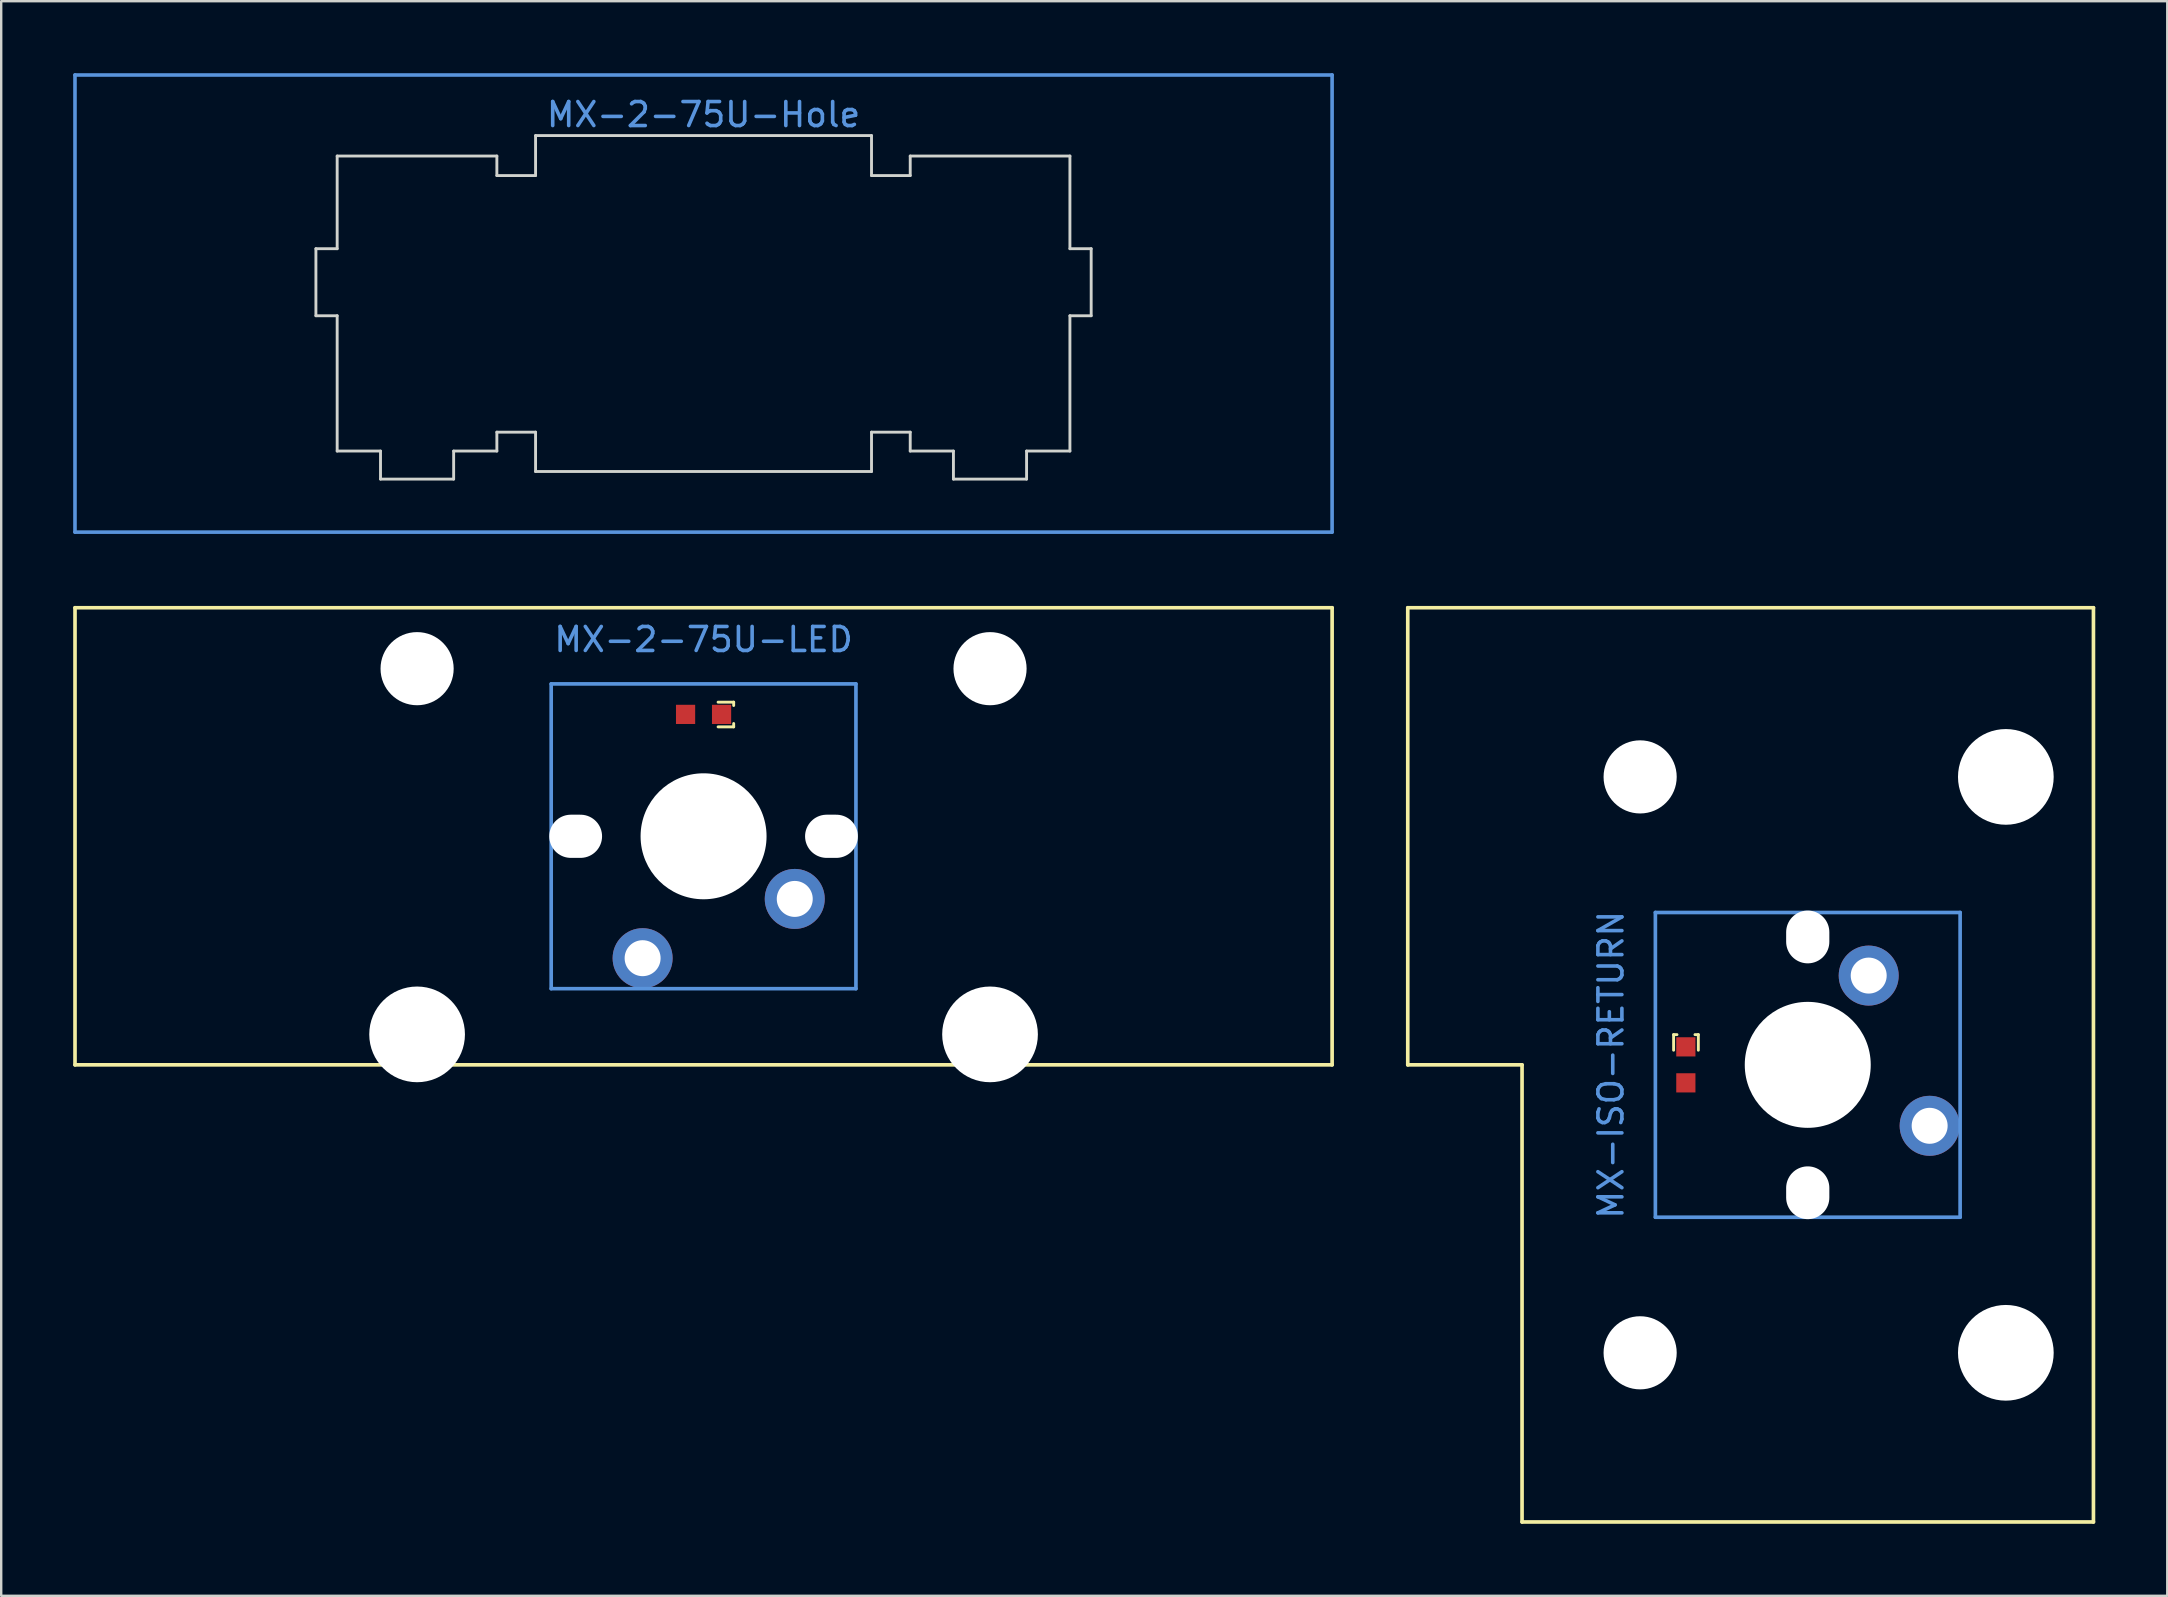
<source format=kicad_pcb>
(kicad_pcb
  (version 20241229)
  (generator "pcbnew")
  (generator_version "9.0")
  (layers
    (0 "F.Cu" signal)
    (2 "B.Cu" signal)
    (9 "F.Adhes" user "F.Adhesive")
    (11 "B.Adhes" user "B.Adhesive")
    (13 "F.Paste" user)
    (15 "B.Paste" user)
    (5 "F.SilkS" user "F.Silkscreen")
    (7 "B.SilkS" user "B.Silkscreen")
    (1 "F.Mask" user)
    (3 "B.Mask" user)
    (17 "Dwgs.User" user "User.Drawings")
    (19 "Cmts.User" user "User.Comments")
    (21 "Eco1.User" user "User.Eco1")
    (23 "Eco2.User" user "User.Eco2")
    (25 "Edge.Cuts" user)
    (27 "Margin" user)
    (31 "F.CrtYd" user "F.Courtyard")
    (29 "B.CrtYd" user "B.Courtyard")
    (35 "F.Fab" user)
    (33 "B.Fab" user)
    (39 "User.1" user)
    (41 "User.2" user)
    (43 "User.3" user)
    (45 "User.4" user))
  (footprint "MX-2-75U-Hole"
    (layer "F.Cu")
    (at 26.269 9.6)
    (property "Reference" "MX-2-75U-Hole" (at 0 -7.874 0) (layer "Cmts.User") (effects (font (size 1 1) (thickness 0.15))))
    (attr through_hole)
    (fp_line (start -26.194 -9.525) (end -26.194 9.525) (stroke (width 0.15) (type solid)) (layer "Cmts.User"))
    (fp_line (start -26.194 -9.525) (end 26.194 -9.525) (stroke (width 0.15) (type solid)) (layer "Cmts.User"))
    (fp_line (start 26.194 -9.525) (end 26.194 9.525) (stroke (width 0.15) (type solid)) (layer "Cmts.User"))
    (fp_line (start 26.194 9.525) (end -26.194 9.525) (stroke (width 0.15) (type solid)) (layer "Cmts.User"))
    (fp_line (start -16.154 -2.286) (end -16.154 0.508) (stroke (width 0.12) (type solid)) (layer "Edge.Cuts"))
    (fp_line (start -15.268 -6.147) (end -15.268 -2.286) (stroke (width 0.12) (type solid)) (layer "Edge.Cuts"))
    (fp_line (start -15.268 -2.286) (end -16.154 -2.286) (stroke (width 0.12) (type solid)) (layer "Edge.Cuts"))
    (fp_line (start -15.268 0.508) (end -16.154 0.508) (stroke (width 0.12) (type solid)) (layer "Edge.Cuts"))
    (fp_line (start -15.268 0.508) (end -15.268 6.147) (stroke (width 0.12) (type solid)) (layer "Edge.Cuts"))
    (fp_line (start -13.462 6.147) (end -15.268 6.147) (stroke (width 0.12) (type solid)) (layer "Edge.Cuts"))
    (fp_line (start -13.462 6.147) (end -13.462 7.315) (stroke (width 0.12) (type solid)) (layer "Edge.Cuts"))
    (fp_line (start -10.414 6.147) (end -10.414 7.315) (stroke (width 0.12) (type solid)) (layer "Edge.Cuts"))
    (fp_line (start -10.414 7.315) (end -13.462 7.315) (stroke (width 0.12) (type solid)) (layer "Edge.Cuts"))
    (fp_line (start -8.613 -6.147) (end -15.268 -6.147) (stroke (width 0.12) (type solid)) (layer "Edge.Cuts"))
    (fp_line (start -8.613 -6.147) (end -8.613 -5.334) (stroke (width 0.12) (type default)) (layer "Edge.Cuts"))
    (fp_line (start -8.613 -5.334) (end -7 -5.334) (stroke (width 0.12) (type default)) (layer "Edge.Cuts"))
    (fp_line (start -8.613 5.359) (end -7 5.359) (stroke (width 0.12) (type default)) (layer "Edge.Cuts"))
    (fp_line (start -8.613 6.147) (end -10.414 6.147) (stroke (width 0.12) (type solid)) (layer "Edge.Cuts"))
    (fp_line (start -8.613 6.147) (end -8.613 5.359) (stroke (width 0.12) (type default)) (layer "Edge.Cuts"))
    (fp_line (start -7 -7) (end -7 -5.334) (stroke (width 0.12) (type solid)) (layer "Edge.Cuts"))
    (fp_line (start -7 -7) (end 7 -7) (stroke (width 0.12) (type solid)) (layer "Edge.Cuts"))
    (fp_line (start -7 7) (end -7 5.359) (stroke (width 0.12) (type solid)) (layer "Edge.Cuts"))
    (fp_line (start -7 7) (end 7 7) (stroke (width 0.12) (type solid)) (layer "Edge.Cuts"))
    (fp_line (start 7 -7) (end 7 -5.334) (stroke (width 0.12) (type solid)) (layer "Edge.Cuts"))
    (fp_line (start 7 7) (end 7 5.359) (stroke (width 0.12) (type solid)) (layer "Edge.Cuts"))
    (fp_line (start 8.613 -6.147) (end 8.613 -5.334) (stroke (width 0.12) (type default)) (layer "Edge.Cuts"))
    (fp_line (start 8.613 -6.147) (end 15.268 -6.147) (stroke (width 0.12) (type solid)) (layer "Edge.Cuts"))
    (fp_line (start 8.613 -5.334) (end 7 -5.334) (stroke (width 0.12) (type default)) (layer "Edge.Cuts"))
    (fp_line (start 8.613 5.359) (end 7 5.359) (stroke (width 0.12) (type default)) (layer "Edge.Cuts"))
    (fp_line (start 8.613 6.147) (end 8.613 5.359) (stroke (width 0.12) (type default)) (layer "Edge.Cuts"))
    (fp_line (start 8.613 6.147) (end 10.414 6.147) (stroke (width 0.12) (type solid)) (layer "Edge.Cuts"))
    (fp_line (start 10.414 6.147) (end 10.414 7.315) (stroke (width 0.12) (type solid)) (layer "Edge.Cuts"))
    (fp_line (start 10.414 7.315) (end 13.462 7.315) (stroke (width 0.12) (type solid)) (layer "Edge.Cuts"))
    (fp_line (start 13.462 6.147) (end 13.462 7.315) (stroke (width 0.12) (type solid)) (layer "Edge.Cuts"))
    (fp_line (start 13.462 6.147) (end 15.268 6.147) (stroke (width 0.12) (type solid)) (layer "Edge.Cuts"))
    (fp_line (start 15.268 -6.147) (end 15.268 -2.286) (stroke (width 0.12) (type solid)) (layer "Edge.Cuts"))
    (fp_line (start 15.268 -2.286) (end 16.154 -2.286) (stroke (width 0.12) (type solid)) (layer "Edge.Cuts"))
    (fp_line (start 15.268 0.508) (end 15.268 6.147) (stroke (width 0.12) (type solid)) (layer "Edge.Cuts"))
    (fp_line (start 15.268 0.508) (end 16.154 0.508) (stroke (width 0.12) (type solid)) (layer "Edge.Cuts"))
    (fp_line (start 16.154 -2.286) (end 16.154 0.508) (stroke (width 0.12) (type solid)) (layer "Edge.Cuts")))
  (footprint "MX-2-75U-LED"
    (layer "F.Cu")
    (at 26.27 26.721)
    (property "Reference" "MX-2-75U-LED" (at 0 -3.12 0) (layer "Cmts.User") (effects (font (size 1 1) (thickness 0.15))))
    (fp_line (start -26.194 -4.445) (end 26.194 -4.445) (stroke (width 0.152) (type solid)) (layer "F.SilkS"))
    (fp_line (start -26.194 14.605) (end -26.194 -4.445) (stroke (width 0.152) (type solid)) (layer "F.SilkS"))
    (fp_line (start 0.605 -0.51) (end 1.255 -0.51) (stroke (width 0.12) (type solid)) (layer "F.SilkS"))
    (fp_line (start 0.605 0.52) (end 1.255 0.52) (stroke (width 0.12) (type solid)) (layer "F.SilkS"))
    (fp_line (start 1.255 -0.51) (end 1.255 -0.37) (stroke (width 0.12) (type solid)) (layer "F.SilkS"))
    (fp_line (start 1.255 0.52) (end 1.255 0.38) (stroke (width 0.12) (type solid)) (layer "F.SilkS"))
    (fp_line (start 26.194 -4.445) (end 26.194 14.605) (stroke (width 0.152) (type solid)) (layer "F.SilkS"))
    (fp_line (start 26.194 14.605) (end -26.194 14.605) (stroke (width 0.152) (type solid)) (layer "F.SilkS"))
    (fp_line (start -6.35 -1.27) (end 6.35 -1.27) (stroke (width 0.152) (type solid)) (layer "Cmts.User"))
    (fp_line (start -6.35 11.43) (end -6.35 -1.27) (stroke (width 0.152) (type solid)) (layer "Cmts.User"))
    (fp_line (start 6.35 -1.27) (end 6.35 11.43) (stroke (width 0.152) (type solid)) (layer "Cmts.User"))
    (fp_line (start 6.35 11.43) (end -6.35 11.43) (stroke (width 0.152) (type solid)) (layer "Cmts.User"))
    (pad "" np_thru_hole circle (at -11.938 -1.905 180) (size 3.048 3.048) (drill 3.048) (layers "*.Cu" "*.Mask"))
    (pad "" np_thru_hole circle (at -11.938 13.335 180) (size 3.988 3.988) (drill 3.988) (layers "*.Cu" "*.Mask"))
    (pad "" np_thru_hole oval (at -5.33 5.08 270) (size 1.8 2.2) (drill oval 1.8 2.2) (layers "*.Cu" "*.Mask"))
    (pad "" np_thru_hole circle (at 0 5.08 180) (size 5.25 5.25) (drill 5.25) (layers "*.Cu" "*.Mask"))
    (pad "" np_thru_hole oval (at 5.33 5.08 270) (size 1.8 2.2) (drill oval 1.8 2.2) (layers "*.Cu" "*.Mask"))
    (pad "" np_thru_hole circle (at 11.938 -1.905 180) (size 3.048 3.048) (drill 3.048) (layers "*.Cu" "*.Mask"))
    (pad "" np_thru_hole circle (at 11.938 13.335 180) (size 3.988 3.988) (drill 3.988) (layers "*.Cu" "*.Mask"))
    (pad "1" thru_hole circle (at -2.54 10.16 90) (size 2.5 2.5) (drill 1.499) (layers "*.Cu" "*.Mask"))
    (pad "2" thru_hole circle (at 3.8 7.69 225) (size 2.5 2.5) (drill 1.499) (layers "*.Cu" "*.Mask"))
    (pad "3" smd rect (at 0.75 0 90) (size 0.8 0.8) (layers "F.Cu" "F.Mask" "F.Paste"))
    (pad "4" smd rect (at -0.75 0 90) (size 0.8 0.8) (layers "F.Cu" "F.Mask" "F.Paste")))
  (footprint "MX-ISO-RETURN"
    (layer "F.Cu")
    (at 67.205 41.326)
    (property "Reference" "MX-ISO-RETURN" (at -3.12 0 90) (layer "Cmts.User") (effects (font (size 1 1) (thickness 0.15))))
    (attr through_hole)
    (fp_line (start -11.589 -19.05) (end 16.986 -19.05) (stroke (width 0.152) (type solid)) (layer "F.SilkS"))
    (fp_line (start -11.589 0) (end -11.589 -19.05) (stroke (width 0.152) (type solid)) (layer "F.SilkS"))
    (fp_line (start -11.589 0) (end -6.826 0) (stroke (width 0.152) (type solid)) (layer "F.SilkS"))
    (fp_line (start -6.826 19.05) (end -6.826 0) (stroke (width 0.152) (type solid)) (layer "F.SilkS"))
    (fp_line (start -0.51 -1.26) (end -0.37 -1.26) (stroke (width 0.12) (type solid)) (layer "F.SilkS"))
    (fp_line (start -0.51 -0.61) (end -0.51 -1.26) (stroke (width 0.12) (type solid)) (layer "F.SilkS"))
    (fp_line (start 0.52 -1.26) (end 0.38 -1.26) (stroke (width 0.12) (type solid)) (layer "F.SilkS"))
    (fp_line (start 0.52 -0.61) (end 0.52 -1.26) (stroke (width 0.12) (type solid)) (layer "F.SilkS"))
    (fp_line (start 16.986 -19.05) (end 16.986 19.05) (stroke (width 0.152) (type solid)) (layer "F.SilkS"))
    (fp_line (start 16.986 19.05) (end -6.826 19.05) (stroke (width 0.152) (type solid)) (layer "F.SilkS"))
    (fp_line (start -1.27 -6.35) (end 11.43 -6.35) (stroke (width 0.152) (type solid)) (layer "Cmts.User"))
    (fp_line (start -1.27 6.35) (end -1.27 -6.35) (stroke (width 0.152) (type solid)) (layer "Cmts.User"))
    (fp_line (start 11.43 -6.35) (end 11.43 6.35) (stroke (width 0.152) (type solid)) (layer "Cmts.User"))
    (fp_line (start 11.43 6.35) (end -1.27 6.35) (stroke (width 0.152) (type solid)) (layer "Cmts.User"))
    (pad "" np_thru_hole circle (at -1.905 -12 270) (size 3.048 3.048) (drill 3.048) (layers "*.Cu" "*.Mask"))
    (pad "" np_thru_hole circle (at -1.905 12 270) (size 3.048 3.048) (drill 3.048) (layers "*.Cu" "*.Mask"))
    (pad "" np_thru_hole oval (at 5.08 -5.33) (size 1.8 2.2) (drill oval 1.8 2.2) (layers "*.Cu" "*.Mask"))
    (pad "" np_thru_hole circle (at 5.08 0 270) (size 5.25 5.25) (drill 5.25) (layers "*.Cu" "*.Mask"))
    (pad "" np_thru_hole oval (at 5.08 5.33) (size 1.8 2.2) (drill oval 1.8 2.2) (layers "*.Cu" "*.Mask"))
    (pad "" np_thru_hole circle (at 13.335 -12 270) (size 3.988 3.988) (drill 3.988) (layers "*.Cu" "*.Mask"))
    (pad "" np_thru_hole circle (at 13.335 12 270) (size 3.988 3.988) (drill 3.988) (layers "*.Cu" "*.Mask"))
    (pad "1" thru_hole circle (at 7.62 -3.72 315) (size 2.5 2.5) (drill 1.499) (layers "*.Cu" "*.Mask"))
    (pad "2" thru_hole circle (at 10.16 2.54 90) (size 2.5 2.5) (drill 1.499) (layers "*.Cu" "*.Mask"))
    (pad "3" smd rect (at 0 -0.75 180) (size 0.8 0.8) (layers "F.Cu" "F.Mask" "F.Paste"))
    (pad "4" smd rect (at 0 0.75 180) (size 0.8 0.8) (layers "F.Cu" "F.Mask" "F.Paste")))
  (gr_rect
    (start -3 -3)
    (end 87.267 63.452)
    (stroke (width 0.1) (type default))
    (fill no)
    (layer "Edge.Cuts")))
</source>
